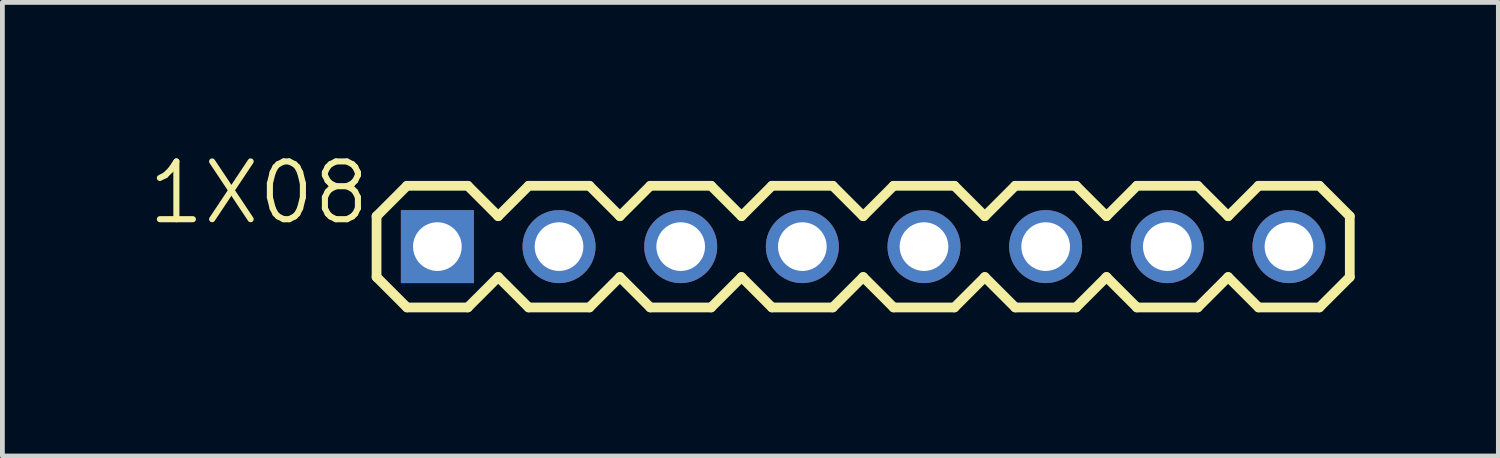
<source format=kicad_pcb>
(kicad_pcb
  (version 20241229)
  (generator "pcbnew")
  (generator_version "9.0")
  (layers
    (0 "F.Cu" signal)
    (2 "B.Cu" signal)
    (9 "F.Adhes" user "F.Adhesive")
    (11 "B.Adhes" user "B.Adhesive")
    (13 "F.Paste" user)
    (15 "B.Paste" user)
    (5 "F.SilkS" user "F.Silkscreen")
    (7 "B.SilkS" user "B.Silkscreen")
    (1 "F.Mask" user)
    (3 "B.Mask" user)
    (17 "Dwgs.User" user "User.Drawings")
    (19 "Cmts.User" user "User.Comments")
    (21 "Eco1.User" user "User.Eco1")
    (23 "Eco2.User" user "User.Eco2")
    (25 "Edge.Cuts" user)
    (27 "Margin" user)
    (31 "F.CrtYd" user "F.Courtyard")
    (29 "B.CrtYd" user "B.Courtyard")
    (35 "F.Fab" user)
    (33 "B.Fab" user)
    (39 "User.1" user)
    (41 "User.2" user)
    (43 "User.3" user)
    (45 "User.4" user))
  (footprint "1X08"
    (layer "F.Cu")
    (at 6.082 2.099)
    (property "Reference" "1X08" (at -1.346 -1.829 0) (layer "F.SilkS") (effects (font (size 1.206 1.206) (thickness 0.127)) (justify right top)))
    (attr through_hole)
    (fp_line (start -1.27 -0.635) (end -1.27 0.635) (stroke (width 0.203) (type solid)) (layer "F.SilkS"))
    (fp_line (start -1.27 0.635) (end -0.635 1.27) (stroke (width 0.203) (type solid)) (layer "F.SilkS"))
    (fp_line (start -0.635 -1.27) (end -1.27 -0.635) (stroke (width 0.203) (type solid)) (layer "F.SilkS"))
    (fp_line (start -0.635 -1.27) (end 0.635 -1.27) (stroke (width 0.203) (type solid)) (layer "F.SilkS"))
    (fp_line (start 0.635 -1.27) (end 1.27 -0.635) (stroke (width 0.203) (type solid)) (layer "F.SilkS"))
    (fp_line (start 0.635 1.27) (end -0.635 1.27) (stroke (width 0.203) (type solid)) (layer "F.SilkS"))
    (fp_line (start 1.27 -0.635) (end 1.905 -1.27) (stroke (width 0.203) (type solid)) (layer "F.SilkS"))
    (fp_line (start 1.27 0.635) (end 0.635 1.27) (stroke (width 0.203) (type solid)) (layer "F.SilkS"))
    (fp_line (start 1.905 -1.27) (end 3.175 -1.27) (stroke (width 0.203) (type solid)) (layer "F.SilkS"))
    (fp_line (start 1.905 1.27) (end 1.27 0.635) (stroke (width 0.203) (type solid)) (layer "F.SilkS"))
    (fp_line (start 3.175 -1.27) (end 3.81 -0.635) (stroke (width 0.203) (type solid)) (layer "F.SilkS"))
    (fp_line (start 3.175 1.27) (end 1.905 1.27) (stroke (width 0.203) (type solid)) (layer "F.SilkS"))
    (fp_line (start 3.81 -0.635) (end 4.445 -1.27) (stroke (width 0.203) (type solid)) (layer "F.SilkS"))
    (fp_line (start 3.81 0.635) (end 3.175 1.27) (stroke (width 0.203) (type solid)) (layer "F.SilkS"))
    (fp_line (start 4.445 -1.27) (end 5.715 -1.27) (stroke (width 0.203) (type solid)) (layer "F.SilkS"))
    (fp_line (start 4.445 1.27) (end 3.81 0.635) (stroke (width 0.203) (type solid)) (layer "F.SilkS"))
    (fp_line (start 5.715 -1.27) (end 6.35 -0.635) (stroke (width 0.203) (type solid)) (layer "F.SilkS"))
    (fp_line (start 5.715 1.27) (end 4.445 1.27) (stroke (width 0.203) (type solid)) (layer "F.SilkS"))
    (fp_line (start 6.35 0.635) (end 5.715 1.27) (stroke (width 0.203) (type solid)) (layer "F.SilkS"))
    (fp_line (start 6.35 0.635) (end 6.985 1.27) (stroke (width 0.203) (type solid)) (layer "F.SilkS"))
    (fp_line (start 6.985 -1.27) (end 6.35 -0.635) (stroke (width 0.203) (type solid)) (layer "F.SilkS"))
    (fp_line (start 6.985 -1.27) (end 8.255 -1.27) (stroke (width 0.203) (type solid)) (layer "F.SilkS"))
    (fp_line (start 8.255 -1.27) (end 8.89 -0.635) (stroke (width 0.203) (type solid)) (layer "F.SilkS"))
    (fp_line (start 8.255 1.27) (end 6.985 1.27) (stroke (width 0.203) (type solid)) (layer "F.SilkS"))
    (fp_line (start 8.89 -0.635) (end 9.525 -1.27) (stroke (width 0.203) (type solid)) (layer "F.SilkS"))
    (fp_line (start 8.89 0.635) (end 8.255 1.27) (stroke (width 0.203) (type solid)) (layer "F.SilkS"))
    (fp_line (start 9.525 -1.27) (end 10.795 -1.27) (stroke (width 0.203) (type solid)) (layer "F.SilkS"))
    (fp_line (start 9.525 1.27) (end 8.89 0.635) (stroke (width 0.203) (type solid)) (layer "F.SilkS"))
    (fp_line (start 10.795 -1.27) (end 11.43 -0.635) (stroke (width 0.203) (type solid)) (layer "F.SilkS"))
    (fp_line (start 10.795 1.27) (end 9.525 1.27) (stroke (width 0.203) (type solid)) (layer "F.SilkS"))
    (fp_line (start 11.43 -0.635) (end 12.065 -1.27) (stroke (width 0.203) (type solid)) (layer "F.SilkS"))
    (fp_line (start 11.43 0.635) (end 10.795 1.27) (stroke (width 0.203) (type solid)) (layer "F.SilkS"))
    (fp_line (start 12.065 -1.27) (end 13.335 -1.27) (stroke (width 0.203) (type solid)) (layer "F.SilkS"))
    (fp_line (start 12.065 1.27) (end 11.43 0.635) (stroke (width 0.203) (type solid)) (layer "F.SilkS"))
    (fp_line (start 13.335 -1.27) (end 13.97 -0.635) (stroke (width 0.203) (type solid)) (layer "F.SilkS"))
    (fp_line (start 13.335 1.27) (end 12.065 1.27) (stroke (width 0.203) (type solid)) (layer "F.SilkS"))
    (fp_line (start 13.97 0.635) (end 13.335 1.27) (stroke (width 0.203) (type solid)) (layer "F.SilkS"))
    (fp_line (start 13.97 0.635) (end 14.605 1.27) (stroke (width 0.203) (type solid)) (layer "F.SilkS"))
    (fp_line (start 14.605 -1.27) (end 13.97 -0.635) (stroke (width 0.203) (type solid)) (layer "F.SilkS"))
    (fp_line (start 14.605 -1.27) (end 15.875 -1.27) (stroke (width 0.203) (type solid)) (layer "F.SilkS"))
    (fp_line (start 15.875 -1.27) (end 16.51 -0.635) (stroke (width 0.203) (type solid)) (layer "F.SilkS"))
    (fp_line (start 15.875 1.27) (end 14.605 1.27) (stroke (width 0.203) (type solid)) (layer "F.SilkS"))
    (fp_line (start 16.51 0.635) (end 15.875 1.27) (stroke (width 0.203) (type solid)) (layer "F.SilkS"))
    (fp_line (start 16.51 0.635) (end 17.145 1.27) (stroke (width 0.203) (type solid)) (layer "F.SilkS"))
    (fp_line (start 17.145 -1.27) (end 16.51 -0.635) (stroke (width 0.203) (type solid)) (layer "F.SilkS"))
    (fp_line (start 17.145 -1.27) (end 18.415 -1.27) (stroke (width 0.203) (type solid)) (layer "F.SilkS"))
    (fp_line (start 18.415 -1.27) (end 19.05 -0.635) (stroke (width 0.203) (type solid)) (layer "F.SilkS"))
    (fp_line (start 18.415 1.27) (end 17.145 1.27) (stroke (width 0.203) (type solid)) (layer "F.SilkS"))
    (fp_line (start 19.05 -0.635) (end 19.05 0.635) (stroke (width 0.203) (type solid)) (layer "F.SilkS"))
    (fp_line (start 19.05 0.635) (end 18.415 1.27) (stroke (width 0.203) (type solid)) (layer "F.SilkS"))
    (fp_poly (pts (xy -0.254 0.254) (xy 0.254 0.254) (xy 0.254 -0.254) (xy -0.254 -0.254)) (stroke (width 0.1) (type solid)) (fill no) (layer "F.Fab"))
    (fp_poly (pts (xy 2.286 0.254) (xy 2.794 0.254) (xy 2.794 -0.254) (xy 2.286 -0.254)) (stroke (width 0.1) (type solid)) (fill no) (layer "F.Fab"))
    (fp_poly (pts (xy 4.826 0.254) (xy 5.334 0.254) (xy 5.334 -0.254) (xy 4.826 -0.254)) (stroke (width 0.1) (type solid)) (fill no) (layer "F.Fab"))
    (fp_poly (pts (xy 7.366 0.254) (xy 7.874 0.254) (xy 7.874 -0.254) (xy 7.366 -0.254)) (stroke (width 0.1) (type solid)) (fill no) (layer "F.Fab"))
    (fp_poly (pts (xy 9.906 0.254) (xy 10.414 0.254) (xy 10.414 -0.254) (xy 9.906 -0.254)) (stroke (width 0.1) (type solid)) (fill no) (layer "F.Fab"))
    (fp_poly (pts (xy 12.446 0.254) (xy 12.954 0.254) (xy 12.954 -0.254) (xy 12.446 -0.254)) (stroke (width 0.1) (type solid)) (fill no) (layer "F.Fab"))
    (fp_poly (pts (xy 14.986 0.254) (xy 15.494 0.254) (xy 15.494 -0.254) (xy 14.986 -0.254)) (stroke (width 0.1) (type solid)) (fill no) (layer "F.Fab"))
    (fp_poly (pts (xy 17.526 0.254) (xy 18.034 0.254) (xy 18.034 -0.254) (xy 17.526 -0.254)) (stroke (width 0.1) (type solid)) (fill no) (layer "F.Fab"))
    (pad "1" thru_hole rect (at 0 0 90) (size 1.524 1.524) (drill 1.016) (layers "*.Cu" "*.Mask"))
    (pad "2" thru_hole circle (at 2.54 0 90) (size 1.524 1.524) (drill 1.016) (layers "*.Cu" "*.Mask"))
    (pad "3" thru_hole circle (at 5.08 0 90) (size 1.524 1.524) (drill 1.016) (layers "*.Cu" "*.Mask"))
    (pad "4" thru_hole circle (at 7.62 0 90) (size 1.524 1.524) (drill 1.016) (layers "*.Cu" "*.Mask"))
    (pad "5" thru_hole circle (at 10.16 0 90) (size 1.524 1.524) (drill 1.016) (layers "*.Cu" "*.Mask"))
    (pad "6" thru_hole circle (at 12.7 0 90) (size 1.524 1.524) (drill 1.016) (layers "*.Cu" "*.Mask"))
    (pad "7" thru_hole circle (at 15.24 0 90) (size 1.524 1.524) (drill 1.016) (layers "*.Cu" "*.Mask"))
    (pad "8" thru_hole circle (at 17.78 0 90) (size 1.524 1.524) (drill 1.016) (layers "*.Cu" "*.Mask")))
  (gr_rect
    (start -3 -3)
    (end 28.234 6.47)
    (stroke (width 0.1) (type default))
    (fill no)
    (layer "Edge.Cuts")))
</source>
